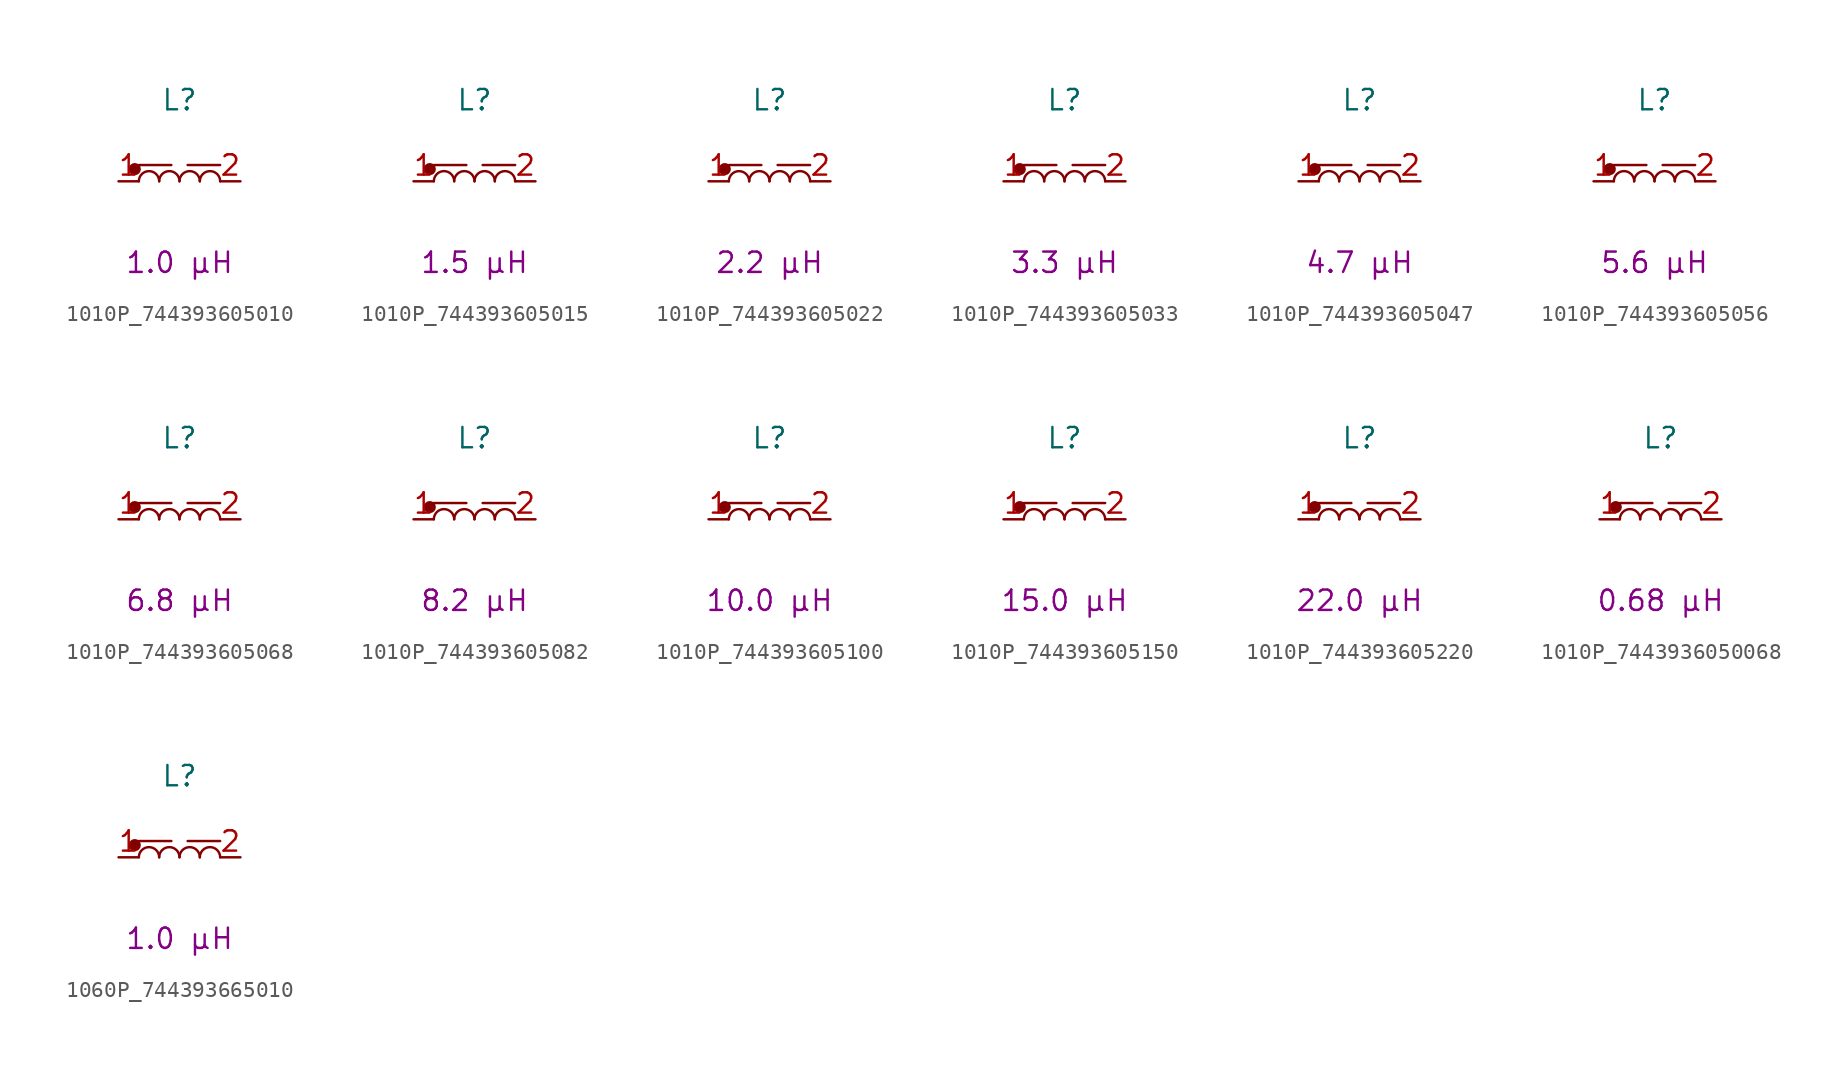
<source format=kicad_sym>
(kicad_symbol_lib
  (version 20220914)
  (generator kicad_symbol_editor)
  (symbol "1010P_744393605010"
    (pin_names hide)
    (property "Reference" "L"
      (at 0 5.08 0)
      (effects (font (size 1.27 1.27))))
    (property "Critical Parameter" "1.0 µH"
      (at 0 -5.08 0)
      (effects (font (size 1.27 1.27))))
    (symbol "1010P_744393605010_0_1"
      (arc (start -1.27 0) (mid -1.905 0.6323) (end -2.54 0) (stroke (width 0) (type default)) (fill (type none)))
      (arc (start 0 0) (mid -0.635 0.6323) (end -1.27 0) (stroke (width 0) (type default)) (fill (type none)))
      (polyline (pts (xy -2.54 1.016) (xy -0.508 1.016)) (stroke (width 0) (type default)) (fill (type none)))
      (arc (start 1.27 0) (mid 0.635 0.6323) (end 0 0) (stroke (width 0) (type default)) (fill (type none)))
      (arc (start 2.54 0) (mid 1.905 0.6323) (end 1.27 0) (stroke (width 0) (type default)) (fill (type none))))
    (symbol "1010P_744393605010_1_1"
      (circle (center -2.794 0.762) (radius 0.0001) (stroke (width 0.381) (type default)) (fill (type none)))
      (polyline (pts (xy 2.54 1.016) (xy 0.508 1.016)) (stroke (width 0) (type default)) (fill (type none)))
      (pin passive line (at -3.81 0 0) (length 1.27) (name "1" (effects (font (size 1.27 1.27)))) (number "1" (effects (font (size 1.27 1.27)))))
      (pin passive line (at 3.81 0 180) (length 1.27) (name "2" (effects (font (size 1.27 1.27)))) (number "2" (effects (font (size 1.27 1.27)))))))
  (symbol "1010P_744393605015"
    (pin_names hide)
    (property "Reference" "L"
      (at 0 5.08 0)
      (effects (font (size 1.27 1.27))))
    (property "Critical Parameter" "1.5 µH"
      (at 0 -5.08 0)
      (effects (font (size 1.27 1.27))))
    (symbol "1010P_744393605015_0_1"
      (arc (start -1.27 0) (mid -1.905 0.6323) (end -2.54 0) (stroke (width 0) (type default)) (fill (type none)))
      (arc (start 0 0) (mid -0.635 0.6323) (end -1.27 0) (stroke (width 0) (type default)) (fill (type none)))
      (polyline (pts (xy -2.54 1.016) (xy -0.508 1.016)) (stroke (width 0) (type default)) (fill (type none)))
      (arc (start 1.27 0) (mid 0.635 0.6323) (end 0 0) (stroke (width 0) (type default)) (fill (type none)))
      (arc (start 2.54 0) (mid 1.905 0.6323) (end 1.27 0) (stroke (width 0) (type default)) (fill (type none))))
    (symbol "1010P_744393605015_1_1"
      (circle (center -2.794 0.762) (radius 0.0001) (stroke (width 0.381) (type default)) (fill (type none)))
      (polyline (pts (xy 2.54 1.016) (xy 0.508 1.016)) (stroke (width 0) (type default)) (fill (type none)))
      (pin passive line (at -3.81 0 0) (length 1.27) (name "1" (effects (font (size 1.27 1.27)))) (number "1" (effects (font (size 1.27 1.27)))))
      (pin passive line (at 3.81 0 180) (length 1.27) (name "2" (effects (font (size 1.27 1.27)))) (number "2" (effects (font (size 1.27 1.27)))))))
  (symbol "1010P_744393605022"
    (pin_names hide)
    (property "Reference" "L"
      (at 0 5.08 0)
      (effects (font (size 1.27 1.27))))
    (property "Critical Parameter" "2.2 µH"
      (at 0 -5.08 0)
      (effects (font (size 1.27 1.27))))
    (symbol "1010P_744393605022_0_1"
      (arc (start -1.27 0) (mid -1.905 0.6323) (end -2.54 0) (stroke (width 0) (type default)) (fill (type none)))
      (arc (start 0 0) (mid -0.635 0.6323) (end -1.27 0) (stroke (width 0) (type default)) (fill (type none)))
      (polyline (pts (xy -2.54 1.016) (xy -0.508 1.016)) (stroke (width 0) (type default)) (fill (type none)))
      (arc (start 1.27 0) (mid 0.635 0.6323) (end 0 0) (stroke (width 0) (type default)) (fill (type none)))
      (arc (start 2.54 0) (mid 1.905 0.6323) (end 1.27 0) (stroke (width 0) (type default)) (fill (type none))))
    (symbol "1010P_744393605022_1_1"
      (circle (center -2.794 0.762) (radius 0.0001) (stroke (width 0.381) (type default)) (fill (type none)))
      (polyline (pts (xy 2.54 1.016) (xy 0.508 1.016)) (stroke (width 0) (type default)) (fill (type none)))
      (pin passive line (at -3.81 0 0) (length 1.27) (name "1" (effects (font (size 1.27 1.27)))) (number "1" (effects (font (size 1.27 1.27)))))
      (pin passive line (at 3.81 0 180) (length 1.27) (name "2" (effects (font (size 1.27 1.27)))) (number "2" (effects (font (size 1.27 1.27)))))))
  (symbol "1010P_744393605033"
    (pin_names hide)
    (property "Reference" "L"
      (at 0 5.08 0)
      (effects (font (size 1.27 1.27))))
    (property "Critical Parameter" "3.3 µH"
      (at 0 -5.08 0)
      (effects (font (size 1.27 1.27))))
    (symbol "1010P_744393605033_0_1"
      (arc (start -1.27 0) (mid -1.905 0.6323) (end -2.54 0) (stroke (width 0) (type default)) (fill (type none)))
      (arc (start 0 0) (mid -0.635 0.6323) (end -1.27 0) (stroke (width 0) (type default)) (fill (type none)))
      (polyline (pts (xy -2.54 1.016) (xy -0.508 1.016)) (stroke (width 0) (type default)) (fill (type none)))
      (arc (start 1.27 0) (mid 0.635 0.6323) (end 0 0) (stroke (width 0) (type default)) (fill (type none)))
      (arc (start 2.54 0) (mid 1.905 0.6323) (end 1.27 0) (stroke (width 0) (type default)) (fill (type none))))
    (symbol "1010P_744393605033_1_1"
      (circle (center -2.794 0.762) (radius 0.0001) (stroke (width 0.381) (type default)) (fill (type none)))
      (polyline (pts (xy 2.54 1.016) (xy 0.508 1.016)) (stroke (width 0) (type default)) (fill (type none)))
      (pin passive line (at -3.81 0 0) (length 1.27) (name "1" (effects (font (size 1.27 1.27)))) (number "1" (effects (font (size 1.27 1.27)))))
      (pin passive line (at 3.81 0 180) (length 1.27) (name "2" (effects (font (size 1.27 1.27)))) (number "2" (effects (font (size 1.27 1.27)))))))
  (symbol "1010P_744393605047"
    (pin_names hide)
    (property "Reference" "L"
      (at 0 5.08 0)
      (effects (font (size 1.27 1.27))))
    (property "Critical Parameter" "4.7 µH"
      (at 0 -5.08 0)
      (effects (font (size 1.27 1.27))))
    (symbol "1010P_744393605047_0_1"
      (arc (start -1.27 0) (mid -1.905 0.6323) (end -2.54 0) (stroke (width 0) (type default)) (fill (type none)))
      (arc (start 0 0) (mid -0.635 0.6323) (end -1.27 0) (stroke (width 0) (type default)) (fill (type none)))
      (polyline (pts (xy -2.54 1.016) (xy -0.508 1.016)) (stroke (width 0) (type default)) (fill (type none)))
      (arc (start 1.27 0) (mid 0.635 0.6323) (end 0 0) (stroke (width 0) (type default)) (fill (type none)))
      (arc (start 2.54 0) (mid 1.905 0.6323) (end 1.27 0) (stroke (width 0) (type default)) (fill (type none))))
    (symbol "1010P_744393605047_1_1"
      (circle (center -2.794 0.762) (radius 0.0001) (stroke (width 0.381) (type default)) (fill (type none)))
      (polyline (pts (xy 2.54 1.016) (xy 0.508 1.016)) (stroke (width 0) (type default)) (fill (type none)))
      (pin passive line (at -3.81 0 0) (length 1.27) (name "1" (effects (font (size 1.27 1.27)))) (number "1" (effects (font (size 1.27 1.27)))))
      (pin passive line (at 3.81 0 180) (length 1.27) (name "2" (effects (font (size 1.27 1.27)))) (number "2" (effects (font (size 1.27 1.27)))))))
  (symbol "1010P_744393605056"
    (pin_names hide)
    (property "Reference" "L"
      (at 0 5.08 0)
      (effects (font (size 1.27 1.27))))
    (property "Critical Parameter" "5.6 µH"
      (at 0 -5.08 0)
      (effects (font (size 1.27 1.27))))
    (symbol "1010P_744393605056_0_1"
      (arc (start -1.27 0) (mid -1.905 0.6323) (end -2.54 0) (stroke (width 0) (type default)) (fill (type none)))
      (arc (start 0 0) (mid -0.635 0.6323) (end -1.27 0) (stroke (width 0) (type default)) (fill (type none)))
      (polyline (pts (xy -2.54 1.016) (xy -0.508 1.016)) (stroke (width 0) (type default)) (fill (type none)))
      (arc (start 1.27 0) (mid 0.635 0.6323) (end 0 0) (stroke (width 0) (type default)) (fill (type none)))
      (arc (start 2.54 0) (mid 1.905 0.6323) (end 1.27 0) (stroke (width 0) (type default)) (fill (type none))))
    (symbol "1010P_744393605056_1_1"
      (circle (center -2.794 0.762) (radius 0.0001) (stroke (width 0.381) (type default)) (fill (type none)))
      (polyline (pts (xy 2.54 1.016) (xy 0.508 1.016)) (stroke (width 0) (type default)) (fill (type none)))
      (pin passive line (at -3.81 0 0) (length 1.27) (name "1" (effects (font (size 1.27 1.27)))) (number "1" (effects (font (size 1.27 1.27)))))
      (pin passive line (at 3.81 0 180) (length 1.27) (name "2" (effects (font (size 1.27 1.27)))) (number "2" (effects (font (size 1.27 1.27)))))))
  (symbol "1010P_744393605068"
    (pin_names hide)
    (property "Reference" "L"
      (at 0 5.08 0)
      (effects (font (size 1.27 1.27))))
    (property "Critical Parameter" "6.8 µH"
      (at 0 -5.08 0)
      (effects (font (size 1.27 1.27))))
    (symbol "1010P_744393605068_0_1"
      (arc (start -1.27 0) (mid -1.905 0.6323) (end -2.54 0) (stroke (width 0) (type default)) (fill (type none)))
      (arc (start 0 0) (mid -0.635 0.6323) (end -1.27 0) (stroke (width 0) (type default)) (fill (type none)))
      (polyline (pts (xy -2.54 1.016) (xy -0.508 1.016)) (stroke (width 0) (type default)) (fill (type none)))
      (arc (start 1.27 0) (mid 0.635 0.6323) (end 0 0) (stroke (width 0) (type default)) (fill (type none)))
      (arc (start 2.54 0) (mid 1.905 0.6323) (end 1.27 0) (stroke (width 0) (type default)) (fill (type none))))
    (symbol "1010P_744393605068_1_1"
      (circle (center -2.794 0.762) (radius 0.0001) (stroke (width 0.381) (type default)) (fill (type none)))
      (polyline (pts (xy 2.54 1.016) (xy 0.508 1.016)) (stroke (width 0) (type default)) (fill (type none)))
      (pin passive line (at -3.81 0 0) (length 1.27) (name "1" (effects (font (size 1.27 1.27)))) (number "1" (effects (font (size 1.27 1.27)))))
      (pin passive line (at 3.81 0 180) (length 1.27) (name "2" (effects (font (size 1.27 1.27)))) (number "2" (effects (font (size 1.27 1.27)))))))
  (symbol "1010P_744393605082"
    (pin_names hide)
    (property "Reference" "L"
      (at 0 5.08 0)
      (effects (font (size 1.27 1.27))))
    (property "Critical Parameter" "8.2 µH"
      (at 0 -5.08 0)
      (effects (font (size 1.27 1.27))))
    (symbol "1010P_744393605082_0_1"
      (arc (start -1.27 0) (mid -1.905 0.6323) (end -2.54 0) (stroke (width 0) (type default)) (fill (type none)))
      (arc (start 0 0) (mid -0.635 0.6323) (end -1.27 0) (stroke (width 0) (type default)) (fill (type none)))
      (polyline (pts (xy -2.54 1.016) (xy -0.508 1.016)) (stroke (width 0) (type default)) (fill (type none)))
      (arc (start 1.27 0) (mid 0.635 0.6323) (end 0 0) (stroke (width 0) (type default)) (fill (type none)))
      (arc (start 2.54 0) (mid 1.905 0.6323) (end 1.27 0) (stroke (width 0) (type default)) (fill (type none))))
    (symbol "1010P_744393605082_1_1"
      (circle (center -2.794 0.762) (radius 0.0001) (stroke (width 0.381) (type default)) (fill (type none)))
      (polyline (pts (xy 2.54 1.016) (xy 0.508 1.016)) (stroke (width 0) (type default)) (fill (type none)))
      (pin passive line (at -3.81 0 0) (length 1.27) (name "1" (effects (font (size 1.27 1.27)))) (number "1" (effects (font (size 1.27 1.27)))))
      (pin passive line (at 3.81 0 180) (length 1.27) (name "2" (effects (font (size 1.27 1.27)))) (number "2" (effects (font (size 1.27 1.27)))))))
  (symbol "1010P_744393605100"
    (pin_names hide)
    (property "Reference" "L"
      (at 0 5.08 0)
      (effects (font (size 1.27 1.27))))
    (property "Critical Parameter" "10.0 µH"
      (at 0 -5.08 0)
      (effects (font (size 1.27 1.27))))
    (symbol "1010P_744393605100_0_1"
      (arc (start -1.27 0) (mid -1.905 0.6323) (end -2.54 0) (stroke (width 0) (type default)) (fill (type none)))
      (arc (start 0 0) (mid -0.635 0.6323) (end -1.27 0) (stroke (width 0) (type default)) (fill (type none)))
      (polyline (pts (xy -2.54 1.016) (xy -0.508 1.016)) (stroke (width 0) (type default)) (fill (type none)))
      (arc (start 1.27 0) (mid 0.635 0.6323) (end 0 0) (stroke (width 0) (type default)) (fill (type none)))
      (arc (start 2.54 0) (mid 1.905 0.6323) (end 1.27 0) (stroke (width 0) (type default)) (fill (type none))))
    (symbol "1010P_744393605100_1_1"
      (circle (center -2.794 0.762) (radius 0.0001) (stroke (width 0.381) (type default)) (fill (type none)))
      (polyline (pts (xy 2.54 1.016) (xy 0.508 1.016)) (stroke (width 0) (type default)) (fill (type none)))
      (pin passive line (at -3.81 0 0) (length 1.27) (name "1" (effects (font (size 1.27 1.27)))) (number "1" (effects (font (size 1.27 1.27)))))
      (pin passive line (at 3.81 0 180) (length 1.27) (name "2" (effects (font (size 1.27 1.27)))) (number "2" (effects (font (size 1.27 1.27)))))))
  (symbol "1010P_744393605150"
    (pin_names hide)
    (property "Reference" "L"
      (at 0 5.08 0)
      (effects (font (size 1.27 1.27))))
    (property "Critical Parameter" "15.0 µH"
      (at 0 -5.08 0)
      (effects (font (size 1.27 1.27))))
    (symbol "1010P_744393605150_0_1"
      (arc (start -1.27 0) (mid -1.905 0.6323) (end -2.54 0) (stroke (width 0) (type default)) (fill (type none)))
      (arc (start 0 0) (mid -0.635 0.6323) (end -1.27 0) (stroke (width 0) (type default)) (fill (type none)))
      (polyline (pts (xy -2.54 1.016) (xy -0.508 1.016)) (stroke (width 0) (type default)) (fill (type none)))
      (arc (start 1.27 0) (mid 0.635 0.6323) (end 0 0) (stroke (width 0) (type default)) (fill (type none)))
      (arc (start 2.54 0) (mid 1.905 0.6323) (end 1.27 0) (stroke (width 0) (type default)) (fill (type none))))
    (symbol "1010P_744393605150_1_1"
      (circle (center -2.794 0.762) (radius 0.0001) (stroke (width 0.381) (type default)) (fill (type none)))
      (polyline (pts (xy 2.54 1.016) (xy 0.508 1.016)) (stroke (width 0) (type default)) (fill (type none)))
      (pin passive line (at -3.81 0 0) (length 1.27) (name "1" (effects (font (size 1.27 1.27)))) (number "1" (effects (font (size 1.27 1.27)))))
      (pin passive line (at 3.81 0 180) (length 1.27) (name "2" (effects (font (size 1.27 1.27)))) (number "2" (effects (font (size 1.27 1.27)))))))
  (symbol "1010P_744393605220"
    (pin_names hide)
    (property "Reference" "L"
      (at 0 5.08 0)
      (effects (font (size 1.27 1.27))))
    (property "Critical Parameter" "22.0 µH"
      (at 0 -5.08 0)
      (effects (font (size 1.27 1.27))))
    (symbol "1010P_744393605220_0_1"
      (arc (start -1.27 0) (mid -1.905 0.6323) (end -2.54 0) (stroke (width 0) (type default)) (fill (type none)))
      (arc (start 0 0) (mid -0.635 0.6323) (end -1.27 0) (stroke (width 0) (type default)) (fill (type none)))
      (polyline (pts (xy -2.54 1.016) (xy -0.508 1.016)) (stroke (width 0) (type default)) (fill (type none)))
      (arc (start 1.27 0) (mid 0.635 0.6323) (end 0 0) (stroke (width 0) (type default)) (fill (type none)))
      (arc (start 2.54 0) (mid 1.905 0.6323) (end 1.27 0) (stroke (width 0) (type default)) (fill (type none))))
    (symbol "1010P_744393605220_1_1"
      (circle (center -2.794 0.762) (radius 0.0001) (stroke (width 0.381) (type default)) (fill (type none)))
      (polyline (pts (xy 2.54 1.016) (xy 0.508 1.016)) (stroke (width 0) (type default)) (fill (type none)))
      (pin passive line (at -3.81 0 0) (length 1.27) (name "1" (effects (font (size 1.27 1.27)))) (number "1" (effects (font (size 1.27 1.27)))))
      (pin passive line (at 3.81 0 180) (length 1.27) (name "2" (effects (font (size 1.27 1.27)))) (number "2" (effects (font (size 1.27 1.27)))))))
  (symbol "1010P_7443936050068"
    (pin_names hide)
    (property "Reference" "L"
      (at 0 5.08 0)
      (effects (font (size 1.27 1.27))))
    (property "Critical Parameter" "0.68 µH"
      (at 0 -5.08 0)
      (effects (font (size 1.27 1.27))))
    (symbol "1010P_7443936050068_0_1"
      (arc (start -1.27 0) (mid -1.905 0.6323) (end -2.54 0) (stroke (width 0) (type default)) (fill (type none)))
      (arc (start 0 0) (mid -0.635 0.6323) (end -1.27 0) (stroke (width 0) (type default)) (fill (type none)))
      (polyline (pts (xy -2.54 1.016) (xy -0.508 1.016)) (stroke (width 0) (type default)) (fill (type none)))
      (arc (start 1.27 0) (mid 0.635 0.6323) (end 0 0) (stroke (width 0) (type default)) (fill (type none)))
      (arc (start 2.54 0) (mid 1.905 0.6323) (end 1.27 0) (stroke (width 0) (type default)) (fill (type none))))
    (symbol "1010P_7443936050068_1_1"
      (circle (center -2.794 0.762) (radius 0.0001) (stroke (width 0.381) (type default)) (fill (type none)))
      (polyline (pts (xy 2.54 1.016) (xy 0.508 1.016)) (stroke (width 0) (type default)) (fill (type none)))
      (pin passive line (at -3.81 0 0) (length 1.27) (name "1" (effects (font (size 1.27 1.27)))) (number "1" (effects (font (size 1.27 1.27)))))
      (pin passive line (at 3.81 0 180) (length 1.27) (name "2" (effects (font (size 1.27 1.27)))) (number "2" (effects (font (size 1.27 1.27)))))))
  (symbol "1060P_744393665010"
    (pin_names hide)
    (property "Reference" "L"
      (at 0 5.08 0)
      (effects (font (size 1.27 1.27))))
    (property "Critical Parameter" "1.0 µH"
      (at 0 -5.08 0)
      (effects (font (size 1.27 1.27))))
    (symbol "1060P_744393665010_0_1"
      (arc (start -1.27 0) (mid -1.905 0.6323) (end -2.54 0) (stroke (width 0) (type default)) (fill (type none)))
      (arc (start 0 0) (mid -0.635 0.6323) (end -1.27 0) (stroke (width 0) (type default)) (fill (type none)))
      (polyline (pts (xy -2.54 1.016) (xy -0.508 1.016)) (stroke (width 0) (type default)) (fill (type none)))
      (arc (start 1.27 0) (mid 0.635 0.6323) (end 0 0) (stroke (width 0) (type default)) (fill (type none)))
      (arc (start 2.54 0) (mid 1.905 0.6323) (end 1.27 0) (stroke (width 0) (type default)) (fill (type none))))
    (symbol "1060P_744393665010_1_1"
      (circle (center -2.794 0.762) (radius 0.0001) (stroke (width 0.381) (type default)) (fill (type none)))
      (polyline (pts (xy 2.54 1.016) (xy 0.508 1.016)) (stroke (width 0) (type default)) (fill (type none)))
      (pin passive line (at -3.81 0 0) (length 1.27) (name "1" (effects (font (size 1.27 1.27)))) (number "1" (effects (font (size 1.27 1.27)))))
      (pin passive line (at 3.81 0 180) (length 1.27) (name "2" (effects (font (size 1.27 1.27)))) (number "2" (effects (font (size 1.27 1.27))))))))
</source>
